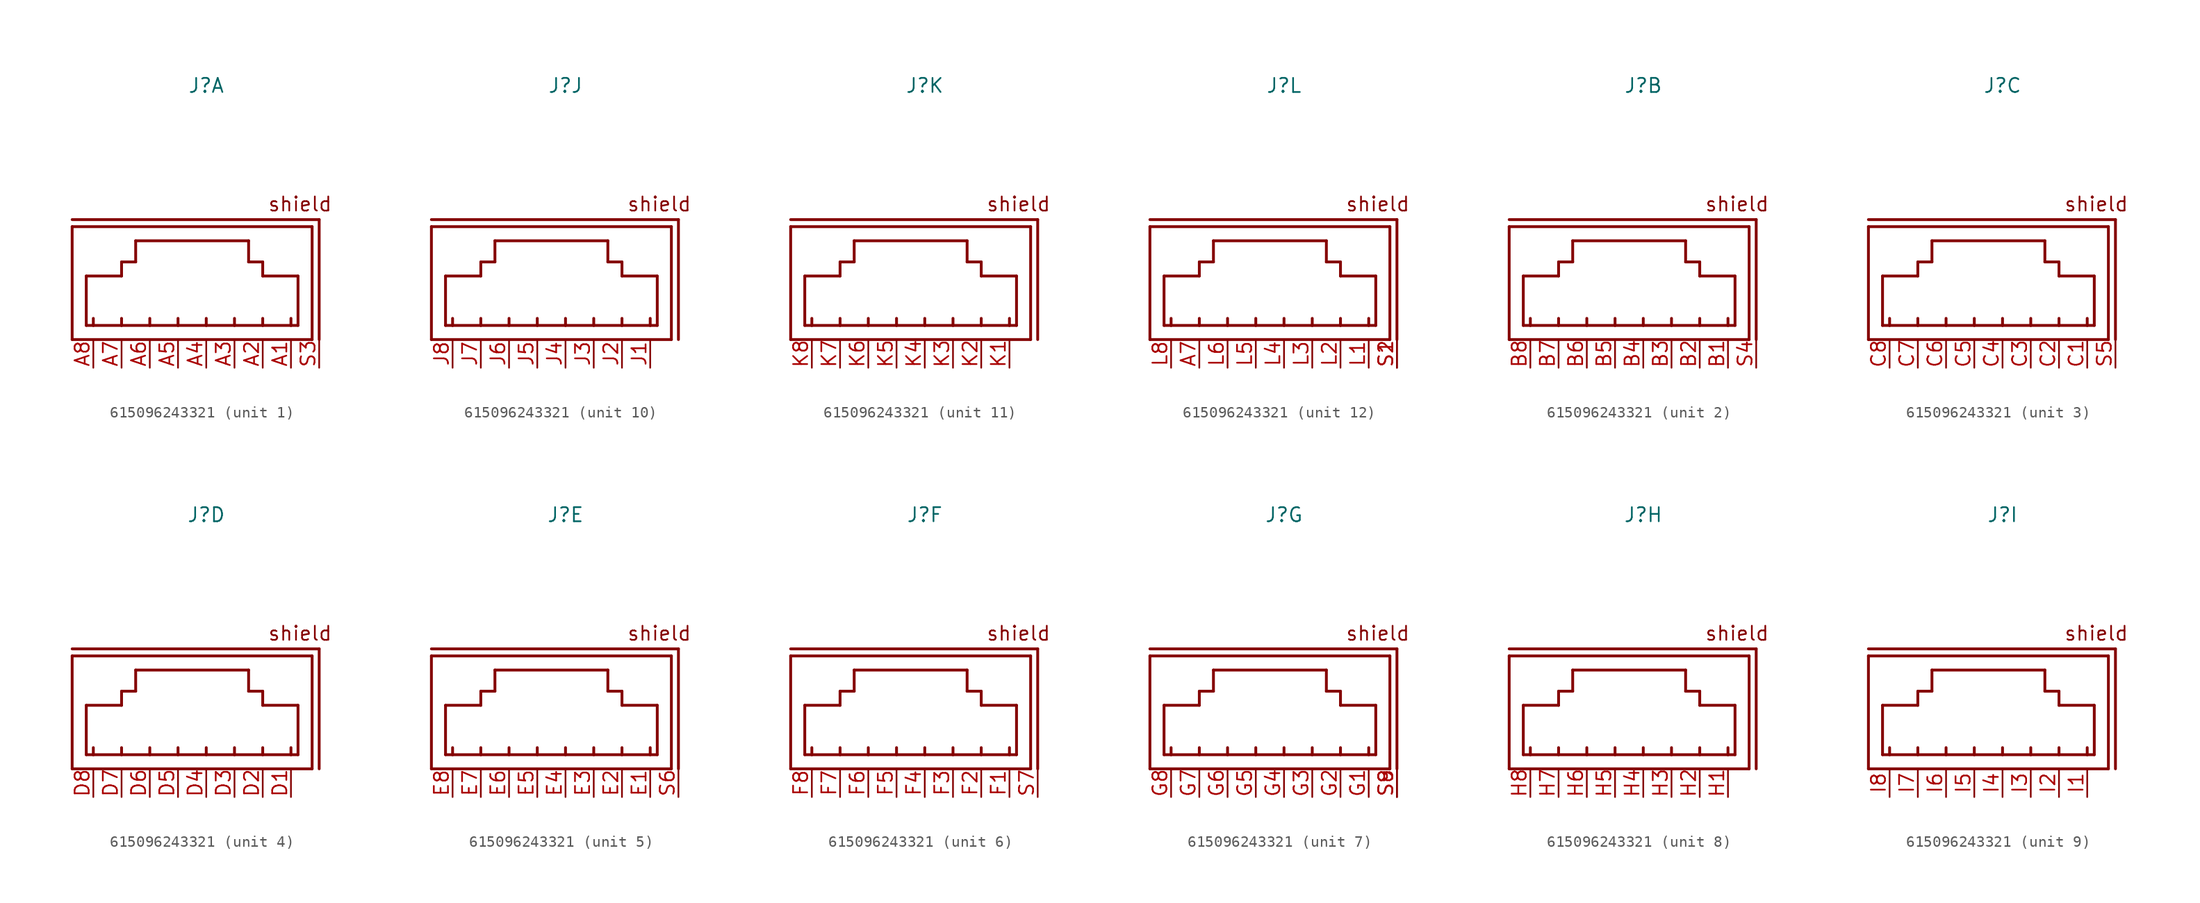
<source format=kicad_sym>
(kicad_symbol_lib
  (version 20241209)
  (generator "kicad_symbol_editor")
  (generator_version "9.0")
  (symbol "615096243321"
    (pin_names
      (hide yes))
    (property "Reference" "J"
      (at 0 17.78 0)
      (effects (font (size 1.27 1.27))))
    (property "ki_locked" ""
      (at 0 0 0)
      (effects (font (size 1.27 1.27))))
    (symbol "615096243321_1_0"
      (polyline (pts (xy -12.065 5.715) (xy 10.16 5.715)) (stroke (width 0.254) (type solid)) (fill (type none)))
      (polyline (pts (xy -12.065 5.08) (xy 9.525 5.08)) (stroke (width 0.254) (type solid)) (fill (type none)))
      (polyline (pts (xy -12.065 -5.08) (xy -12.065 5.08)) (stroke (width 0.254) (type solid)) (fill (type none)))
      (polyline (pts (xy -10.795 0.635) (xy -7.62 0.635)) (stroke (width 0.254) (type solid)) (fill (type none)))
      (polyline (pts (xy -10.795 -3.81) (xy -10.795 0.635)) (stroke (width 0.254) (type solid)) (fill (type none)))
      (polyline (pts (xy -10.16 -3.81) (xy -10.795 -3.81)) (stroke (width 0.254) (type solid)) (fill (type none)))
      (polyline (pts (xy -10.16 -3.81) (xy -10.16 -3.175)) (stroke (width 0.254) (type solid)) (fill (type none)))
      (polyline (pts (xy -7.62 1.905) (xy -6.35 1.905)) (stroke (width 0.254) (type solid)) (fill (type none)))
      (polyline (pts (xy -7.62 0.635) (xy -7.62 1.905)) (stroke (width 0.254) (type solid)) (fill (type none)))
      (polyline (pts (xy -7.62 -3.81) (xy -10.16 -3.81)) (stroke (width 0.254) (type solid)) (fill (type none)))
      (polyline (pts (xy -7.62 -3.81) (xy -7.62 -3.175)) (stroke (width 0.254) (type solid)) (fill (type none)))
      (polyline (pts (xy -6.35 3.81) (xy 3.81 3.81)) (stroke (width 0.254) (type solid)) (fill (type none)))
      (polyline (pts (xy -6.35 1.905) (xy -6.35 3.81)) (stroke (width 0.254) (type solid)) (fill (type none)))
      (polyline (pts (xy -5.08 -3.81) (xy -7.62 -3.81)) (stroke (width 0.254) (type solid)) (fill (type none)))
      (polyline (pts (xy -5.08 -3.81) (xy -5.08 -3.175)) (stroke (width 0.254) (type solid)) (fill (type none)))
      (polyline (pts (xy -2.54 -3.81) (xy -5.08 -3.81)) (stroke (width 0.254) (type solid)) (fill (type none)))
      (polyline (pts (xy -2.54 -3.81) (xy -2.54 -3.175)) (stroke (width 0.254) (type solid)) (fill (type none)))
      (polyline (pts (xy 0 -3.81) (xy -2.54 -3.81)) (stroke (width 0.254) (type solid)) (fill (type none)))
      (polyline (pts (xy 0 -3.81) (xy 0 -3.175)) (stroke (width 0.254) (type solid)) (fill (type none)))
      (polyline (pts (xy 2.54 -3.81) (xy 0 -3.81)) (stroke (width 0.254) (type solid)) (fill (type none)))
      (polyline (pts (xy 2.54 -3.81) (xy 2.54 -3.175)) (stroke (width 0.254) (type solid)) (fill (type none)))
      (polyline (pts (xy 3.81 1.905) (xy 3.81 3.81)) (stroke (width 0.254) (type solid)) (fill (type none)))
      (polyline (pts (xy 5.08 1.905) (xy 3.81 1.905)) (stroke (width 0.254) (type solid)) (fill (type none)))
      (polyline (pts (xy 5.08 0.635) (xy 5.08 1.905)) (stroke (width 0.254) (type solid)) (fill (type none)))
      (polyline (pts (xy 5.08 -3.81) (xy 2.54 -3.81)) (stroke (width 0.254) (type solid)) (fill (type none)))
      (polyline (pts (xy 5.08 -3.81) (xy 5.08 -3.175)) (stroke (width 0.254) (type solid)) (fill (type none)))
      (polyline (pts (xy 7.62 -3.81) (xy 5.08 -3.81)) (stroke (width 0.254) (type solid)) (fill (type none)))
      (polyline (pts (xy 7.62 -3.81) (xy 7.62 -3.175)) (stroke (width 0.254) (type solid)) (fill (type none)))
      (polyline (pts (xy 8.255 0.635) (xy 5.08 0.635)) (stroke (width 0.254) (type solid)) (fill (type none)))
      (polyline (pts (xy 8.255 0.635) (xy 8.255 -3.81)) (stroke (width 0.254) (type solid)) (fill (type none)))
      (polyline (pts (xy 8.255 -3.81) (xy 7.62 -3.81)) (stroke (width 0.254) (type solid)) (fill (type none)))
      (polyline (pts (xy 9.525 5.08) (xy 9.525 -5.08)) (stroke (width 0.254) (type solid)) (fill (type none)))
      (polyline (pts (xy 9.525 -5.08) (xy -12.065 -5.08)) (stroke (width 0.254) (type solid)) (fill (type none)))
      (polyline (pts (xy 10.16 5.715) (xy 10.16 -5.08)) (stroke (width 0.254) (type solid)) (fill (type none)))
      (pin passive line (at -10.16 -7.62 90) (length 2.54) (name "8" (effects (font (size 1.27 1.27)))) (number "A8" (effects (font (size 1.27 1.27)))))
      (pin passive line (at -7.62 -7.62 90) (length 2.54) (name "7" (effects (font (size 1.27 1.27)))) (number "A7" (effects (font (size 1.27 1.27)))))
      (pin passive line (at -5.08 -7.62 90) (length 2.54) (name "6" (effects (font (size 1.27 1.27)))) (number "A6" (effects (font (size 1.27 1.27)))))
      (pin passive line (at -2.54 -7.62 90) (length 2.54) (name "5" (effects (font (size 1.27 1.27)))) (number "A5" (effects (font (size 1.27 1.27)))))
      (pin passive line (at 0 -7.62 90) (length 2.54) (name "4" (effects (font (size 1.27 1.27)))) (number "A4" (effects (font (size 1.27 1.27)))))
      (pin passive line (at 2.54 -7.62 90) (length 2.54) (name "3" (effects (font (size 1.27 1.27)))) (number "A3" (effects (font (size 1.27 1.27)))))
      (pin passive line (at 5.08 -7.62 90) (length 2.54) (name "2" (effects (font (size 1.27 1.27)))) (number "A2" (effects (font (size 1.27 1.27)))))
      (pin passive line (at 7.62 -7.62 90) (length 2.54) (name "1" (effects (font (size 1.27 1.27)))) (number "A1" (effects (font (size 1.27 1.27)))))
      (pin passive line (at 10.16 -7.62 90) (length 2.54) (name "SHIELD" (effects (font (size 1.27 1.27)))) (number "S3" (effects (font (size 1.27 1.27))))))
    (symbol "615096243321_1_1"
      (text "shield" (at 5.495 6.365 0) (effects (font (size 1.27 1.27)) (justify left bottom))))
    (symbol "615096243321_2_0"
      (polyline (pts (xy -12.065 5.715) (xy 10.16 5.715)) (stroke (width 0.254) (type solid)) (fill (type none)))
      (polyline (pts (xy -12.065 5.08) (xy 9.525 5.08)) (stroke (width 0.254) (type solid)) (fill (type none)))
      (polyline (pts (xy -12.065 -5.08) (xy -12.065 5.08)) (stroke (width 0.254) (type solid)) (fill (type none)))
      (polyline (pts (xy -10.795 0.635) (xy -7.62 0.635)) (stroke (width 0.254) (type solid)) (fill (type none)))
      (polyline (pts (xy -10.795 -3.81) (xy -10.795 0.635)) (stroke (width 0.254) (type solid)) (fill (type none)))
      (polyline (pts (xy -10.16 -3.81) (xy -10.795 -3.81)) (stroke (width 0.254) (type solid)) (fill (type none)))
      (polyline (pts (xy -10.16 -3.81) (xy -10.16 -3.175)) (stroke (width 0.254) (type solid)) (fill (type none)))
      (polyline (pts (xy -7.62 1.905) (xy -6.35 1.905)) (stroke (width 0.254) (type solid)) (fill (type none)))
      (polyline (pts (xy -7.62 0.635) (xy -7.62 1.905)) (stroke (width 0.254) (type solid)) (fill (type none)))
      (polyline (pts (xy -7.62 -3.81) (xy -10.16 -3.81)) (stroke (width 0.254) (type solid)) (fill (type none)))
      (polyline (pts (xy -7.62 -3.81) (xy -7.62 -3.175)) (stroke (width 0.254) (type solid)) (fill (type none)))
      (polyline (pts (xy -6.35 3.81) (xy 3.81 3.81)) (stroke (width 0.254) (type solid)) (fill (type none)))
      (polyline (pts (xy -6.35 1.905) (xy -6.35 3.81)) (stroke (width 0.254) (type solid)) (fill (type none)))
      (polyline (pts (xy -5.08 -3.81) (xy -7.62 -3.81)) (stroke (width 0.254) (type solid)) (fill (type none)))
      (polyline (pts (xy -5.08 -3.81) (xy -5.08 -3.175)) (stroke (width 0.254) (type solid)) (fill (type none)))
      (polyline (pts (xy -2.54 -3.81) (xy -5.08 -3.81)) (stroke (width 0.254) (type solid)) (fill (type none)))
      (polyline (pts (xy -2.54 -3.81) (xy -2.54 -3.175)) (stroke (width 0.254) (type solid)) (fill (type none)))
      (polyline (pts (xy 0 -3.81) (xy -2.54 -3.81)) (stroke (width 0.254) (type solid)) (fill (type none)))
      (polyline (pts (xy 0 -3.81) (xy 0 -3.175)) (stroke (width 0.254) (type solid)) (fill (type none)))
      (polyline (pts (xy 2.54 -3.81) (xy 0 -3.81)) (stroke (width 0.254) (type solid)) (fill (type none)))
      (polyline (pts (xy 2.54 -3.81) (xy 2.54 -3.175)) (stroke (width 0.254) (type solid)) (fill (type none)))
      (polyline (pts (xy 3.81 1.905) (xy 3.81 3.81)) (stroke (width 0.254) (type solid)) (fill (type none)))
      (polyline (pts (xy 5.08 1.905) (xy 3.81 1.905)) (stroke (width 0.254) (type solid)) (fill (type none)))
      (polyline (pts (xy 5.08 0.635) (xy 5.08 1.905)) (stroke (width 0.254) (type solid)) (fill (type none)))
      (polyline (pts (xy 5.08 -3.81) (xy 2.54 -3.81)) (stroke (width 0.254) (type solid)) (fill (type none)))
      (polyline (pts (xy 5.08 -3.81) (xy 5.08 -3.175)) (stroke (width 0.254) (type solid)) (fill (type none)))
      (polyline (pts (xy 7.62 -3.81) (xy 5.08 -3.81)) (stroke (width 0.254) (type solid)) (fill (type none)))
      (polyline (pts (xy 7.62 -3.81) (xy 7.62 -3.175)) (stroke (width 0.254) (type solid)) (fill (type none)))
      (polyline (pts (xy 8.255 0.635) (xy 5.08 0.635)) (stroke (width 0.254) (type solid)) (fill (type none)))
      (polyline (pts (xy 8.255 0.635) (xy 8.255 -3.81)) (stroke (width 0.254) (type solid)) (fill (type none)))
      (polyline (pts (xy 8.255 -3.81) (xy 7.62 -3.81)) (stroke (width 0.254) (type solid)) (fill (type none)))
      (polyline (pts (xy 9.525 5.08) (xy 9.525 -5.08)) (stroke (width 0.254) (type solid)) (fill (type none)))
      (polyline (pts (xy 9.525 -5.08) (xy -12.065 -5.08)) (stroke (width 0.254) (type solid)) (fill (type none)))
      (polyline (pts (xy 10.16 5.715) (xy 10.16 -5.08)) (stroke (width 0.254) (type solid)) (fill (type none)))
      (pin passive line (at -10.16 -7.62 90) (length 2.54) (name "8" (effects (font (size 1.27 1.27)))) (number "B8" (effects (font (size 1.27 1.27)))))
      (pin passive line (at -7.62 -7.62 90) (length 2.54) (name "7" (effects (font (size 1.27 1.27)))) (number "B7" (effects (font (size 1.27 1.27)))))
      (pin passive line (at -5.08 -7.62 90) (length 2.54) (name "6" (effects (font (size 1.27 1.27)))) (number "B6" (effects (font (size 1.27 1.27)))))
      (pin passive line (at -2.54 -7.62 90) (length 2.54) (name "5" (effects (font (size 1.27 1.27)))) (number "B5" (effects (font (size 1.27 1.27)))))
      (pin passive line (at 0 -7.62 90) (length 2.54) (name "4" (effects (font (size 1.27 1.27)))) (number "B4" (effects (font (size 1.27 1.27)))))
      (pin passive line (at 2.54 -7.62 90) (length 2.54) (name "3" (effects (font (size 1.27 1.27)))) (number "B3" (effects (font (size 1.27 1.27)))))
      (pin passive line (at 5.08 -7.62 90) (length 2.54) (name "2" (effects (font (size 1.27 1.27)))) (number "B2" (effects (font (size 1.27 1.27)))))
      (pin passive line (at 7.62 -7.62 90) (length 2.54) (name "1" (effects (font (size 1.27 1.27)))) (number "B1" (effects (font (size 1.27 1.27)))))
      (pin passive line (at 10.16 -7.62 90) (length 2.54) (name "SHIELD" (effects (font (size 1.27 1.27)))) (number "S4" (effects (font (size 1.27 1.27))))))
    (symbol "615096243321_2_1"
      (text "shield" (at 5.495 6.365 0) (effects (font (size 1.27 1.27)) (justify left bottom))))
    (symbol "615096243321_3_0"
      (polyline (pts (xy -12.065 5.715) (xy 10.16 5.715)) (stroke (width 0.254) (type solid)) (fill (type none)))
      (polyline (pts (xy -12.065 5.08) (xy 9.525 5.08)) (stroke (width 0.254) (type solid)) (fill (type none)))
      (polyline (pts (xy -12.065 -5.08) (xy -12.065 5.08)) (stroke (width 0.254) (type solid)) (fill (type none)))
      (polyline (pts (xy -10.795 0.635) (xy -7.62 0.635)) (stroke (width 0.254) (type solid)) (fill (type none)))
      (polyline (pts (xy -10.795 -3.81) (xy -10.795 0.635)) (stroke (width 0.254) (type solid)) (fill (type none)))
      (polyline (pts (xy -10.16 -3.81) (xy -10.795 -3.81)) (stroke (width 0.254) (type solid)) (fill (type none)))
      (polyline (pts (xy -10.16 -3.81) (xy -10.16 -3.175)) (stroke (width 0.254) (type solid)) (fill (type none)))
      (polyline (pts (xy -7.62 1.905) (xy -6.35 1.905)) (stroke (width 0.254) (type solid)) (fill (type none)))
      (polyline (pts (xy -7.62 0.635) (xy -7.62 1.905)) (stroke (width 0.254) (type solid)) (fill (type none)))
      (polyline (pts (xy -7.62 -3.81) (xy -10.16 -3.81)) (stroke (width 0.254) (type solid)) (fill (type none)))
      (polyline (pts (xy -7.62 -3.81) (xy -7.62 -3.175)) (stroke (width 0.254) (type solid)) (fill (type none)))
      (polyline (pts (xy -6.35 3.81) (xy 3.81 3.81)) (stroke (width 0.254) (type solid)) (fill (type none)))
      (polyline (pts (xy -6.35 1.905) (xy -6.35 3.81)) (stroke (width 0.254) (type solid)) (fill (type none)))
      (polyline (pts (xy -5.08 -3.81) (xy -7.62 -3.81)) (stroke (width 0.254) (type solid)) (fill (type none)))
      (polyline (pts (xy -5.08 -3.81) (xy -5.08 -3.175)) (stroke (width 0.254) (type solid)) (fill (type none)))
      (polyline (pts (xy -2.54 -3.81) (xy -5.08 -3.81)) (stroke (width 0.254) (type solid)) (fill (type none)))
      (polyline (pts (xy -2.54 -3.81) (xy -2.54 -3.175)) (stroke (width 0.254) (type solid)) (fill (type none)))
      (polyline (pts (xy 0 -3.81) (xy -2.54 -3.81)) (stroke (width 0.254) (type solid)) (fill (type none)))
      (polyline (pts (xy 0 -3.81) (xy 0 -3.175)) (stroke (width 0.254) (type solid)) (fill (type none)))
      (polyline (pts (xy 2.54 -3.81) (xy 0 -3.81)) (stroke (width 0.254) (type solid)) (fill (type none)))
      (polyline (pts (xy 2.54 -3.81) (xy 2.54 -3.175)) (stroke (width 0.254) (type solid)) (fill (type none)))
      (polyline (pts (xy 3.81 1.905) (xy 3.81 3.81)) (stroke (width 0.254) (type solid)) (fill (type none)))
      (polyline (pts (xy 5.08 1.905) (xy 3.81 1.905)) (stroke (width 0.254) (type solid)) (fill (type none)))
      (polyline (pts (xy 5.08 0.635) (xy 5.08 1.905)) (stroke (width 0.254) (type solid)) (fill (type none)))
      (polyline (pts (xy 5.08 -3.81) (xy 2.54 -3.81)) (stroke (width 0.254) (type solid)) (fill (type none)))
      (polyline (pts (xy 5.08 -3.81) (xy 5.08 -3.175)) (stroke (width 0.254) (type solid)) (fill (type none)))
      (polyline (pts (xy 7.62 -3.81) (xy 5.08 -3.81)) (stroke (width 0.254) (type solid)) (fill (type none)))
      (polyline (pts (xy 7.62 -3.81) (xy 7.62 -3.175)) (stroke (width 0.254) (type solid)) (fill (type none)))
      (polyline (pts (xy 8.255 0.635) (xy 5.08 0.635)) (stroke (width 0.254) (type solid)) (fill (type none)))
      (polyline (pts (xy 8.255 0.635) (xy 8.255 -3.81)) (stroke (width 0.254) (type solid)) (fill (type none)))
      (polyline (pts (xy 8.255 -3.81) (xy 7.62 -3.81)) (stroke (width 0.254) (type solid)) (fill (type none)))
      (polyline (pts (xy 9.525 5.08) (xy 9.525 -5.08)) (stroke (width 0.254) (type solid)) (fill (type none)))
      (polyline (pts (xy 9.525 -5.08) (xy -12.065 -5.08)) (stroke (width 0.254) (type solid)) (fill (type none)))
      (polyline (pts (xy 10.16 5.715) (xy 10.16 -5.08)) (stroke (width 0.254) (type solid)) (fill (type none)))
      (pin passive line (at -10.16 -7.62 90) (length 2.54) (name "8" (effects (font (size 1.27 1.27)))) (number "C8" (effects (font (size 1.27 1.27)))))
      (pin passive line (at -7.62 -7.62 90) (length 2.54) (name "7" (effects (font (size 1.27 1.27)))) (number "C7" (effects (font (size 1.27 1.27)))))
      (pin passive line (at -5.08 -7.62 90) (length 2.54) (name "6" (effects (font (size 1.27 1.27)))) (number "C6" (effects (font (size 1.27 1.27)))))
      (pin passive line (at -2.54 -7.62 90) (length 2.54) (name "5" (effects (font (size 1.27 1.27)))) (number "C5" (effects (font (size 1.27 1.27)))))
      (pin passive line (at 0 -7.62 90) (length 2.54) (name "4" (effects (font (size 1.27 1.27)))) (number "C4" (effects (font (size 1.27 1.27)))))
      (pin passive line (at 2.54 -7.62 90) (length 2.54) (name "3" (effects (font (size 1.27 1.27)))) (number "C3" (effects (font (size 1.27 1.27)))))
      (pin passive line (at 5.08 -7.62 90) (length 2.54) (name "2" (effects (font (size 1.27 1.27)))) (number "C2" (effects (font (size 1.27 1.27)))))
      (pin passive line (at 7.62 -7.62 90) (length 2.54) (name "1" (effects (font (size 1.27 1.27)))) (number "C1" (effects (font (size 1.27 1.27)))))
      (pin passive line (at 10.16 -7.62 90) (length 2.54) (name "SHIELD" (effects (font (size 1.27 1.27)))) (number "S5" (effects (font (size 1.27 1.27))))))
    (symbol "615096243321_3_1"
      (text "shield" (at 5.495 6.365 0) (effects (font (size 1.27 1.27)) (justify left bottom))))
    (symbol "615096243321_4_0"
      (polyline (pts (xy -12.065 5.715) (xy 10.16 5.715)) (stroke (width 0.254) (type solid)) (fill (type none)))
      (polyline (pts (xy -12.065 5.08) (xy 9.525 5.08)) (stroke (width 0.254) (type solid)) (fill (type none)))
      (polyline (pts (xy -12.065 -5.08) (xy -12.065 5.08)) (stroke (width 0.254) (type solid)) (fill (type none)))
      (polyline (pts (xy -10.795 0.635) (xy -7.62 0.635)) (stroke (width 0.254) (type solid)) (fill (type none)))
      (polyline (pts (xy -10.795 -3.81) (xy -10.795 0.635)) (stroke (width 0.254) (type solid)) (fill (type none)))
      (polyline (pts (xy -10.16 -3.81) (xy -10.795 -3.81)) (stroke (width 0.254) (type solid)) (fill (type none)))
      (polyline (pts (xy -10.16 -3.81) (xy -10.16 -3.175)) (stroke (width 0.254) (type solid)) (fill (type none)))
      (polyline (pts (xy -7.62 1.905) (xy -6.35 1.905)) (stroke (width 0.254) (type solid)) (fill (type none)))
      (polyline (pts (xy -7.62 0.635) (xy -7.62 1.905)) (stroke (width 0.254) (type solid)) (fill (type none)))
      (polyline (pts (xy -7.62 -3.81) (xy -10.16 -3.81)) (stroke (width 0.254) (type solid)) (fill (type none)))
      (polyline (pts (xy -7.62 -3.81) (xy -7.62 -3.175)) (stroke (width 0.254) (type solid)) (fill (type none)))
      (polyline (pts (xy -6.35 3.81) (xy 3.81 3.81)) (stroke (width 0.254) (type solid)) (fill (type none)))
      (polyline (pts (xy -6.35 1.905) (xy -6.35 3.81)) (stroke (width 0.254) (type solid)) (fill (type none)))
      (polyline (pts (xy -5.08 -3.81) (xy -7.62 -3.81)) (stroke (width 0.254) (type solid)) (fill (type none)))
      (polyline (pts (xy -5.08 -3.81) (xy -5.08 -3.175)) (stroke (width 0.254) (type solid)) (fill (type none)))
      (polyline (pts (xy -2.54 -3.81) (xy -5.08 -3.81)) (stroke (width 0.254) (type solid)) (fill (type none)))
      (polyline (pts (xy -2.54 -3.81) (xy -2.54 -3.175)) (stroke (width 0.254) (type solid)) (fill (type none)))
      (polyline (pts (xy 0 -3.81) (xy -2.54 -3.81)) (stroke (width 0.254) (type solid)) (fill (type none)))
      (polyline (pts (xy 0 -3.81) (xy 0 -3.175)) (stroke (width 0.254) (type solid)) (fill (type none)))
      (polyline (pts (xy 2.54 -3.81) (xy 0 -3.81)) (stroke (width 0.254) (type solid)) (fill (type none)))
      (polyline (pts (xy 2.54 -3.81) (xy 2.54 -3.175)) (stroke (width 0.254) (type solid)) (fill (type none)))
      (polyline (pts (xy 3.81 1.905) (xy 3.81 3.81)) (stroke (width 0.254) (type solid)) (fill (type none)))
      (polyline (pts (xy 5.08 1.905) (xy 3.81 1.905)) (stroke (width 0.254) (type solid)) (fill (type none)))
      (polyline (pts (xy 5.08 0.635) (xy 5.08 1.905)) (stroke (width 0.254) (type solid)) (fill (type none)))
      (polyline (pts (xy 5.08 -3.81) (xy 2.54 -3.81)) (stroke (width 0.254) (type solid)) (fill (type none)))
      (polyline (pts (xy 5.08 -3.81) (xy 5.08 -3.175)) (stroke (width 0.254) (type solid)) (fill (type none)))
      (polyline (pts (xy 7.62 -3.81) (xy 5.08 -3.81)) (stroke (width 0.254) (type solid)) (fill (type none)))
      (polyline (pts (xy 7.62 -3.81) (xy 7.62 -3.175)) (stroke (width 0.254) (type solid)) (fill (type none)))
      (polyline (pts (xy 8.255 0.635) (xy 5.08 0.635)) (stroke (width 0.254) (type solid)) (fill (type none)))
      (polyline (pts (xy 8.255 0.635) (xy 8.255 -3.81)) (stroke (width 0.254) (type solid)) (fill (type none)))
      (polyline (pts (xy 8.255 -3.81) (xy 7.62 -3.81)) (stroke (width 0.254) (type solid)) (fill (type none)))
      (polyline (pts (xy 9.525 5.08) (xy 9.525 -5.08)) (stroke (width 0.254) (type solid)) (fill (type none)))
      (polyline (pts (xy 9.525 -5.08) (xy -12.065 -5.08)) (stroke (width 0.254) (type solid)) (fill (type none)))
      (polyline (pts (xy 10.16 5.715) (xy 10.16 -5.08)) (stroke (width 0.254) (type solid)) (fill (type none)))
      (pin passive line (at -10.16 -7.62 90) (length 2.54) (name "8" (effects (font (size 1.27 1.27)))) (number "D8" (effects (font (size 1.27 1.27)))))
      (pin passive line (at -7.62 -7.62 90) (length 2.54) (name "7" (effects (font (size 1.27 1.27)))) (number "D7" (effects (font (size 1.27 1.27)))))
      (pin passive line (at -5.08 -7.62 90) (length 2.54) (name "6" (effects (font (size 1.27 1.27)))) (number "D6" (effects (font (size 1.27 1.27)))))
      (pin passive line (at -2.54 -7.62 90) (length 2.54) (name "5" (effects (font (size 1.27 1.27)))) (number "D5" (effects (font (size 1.27 1.27)))))
      (pin passive line (at 0 -7.62 90) (length 2.54) (name "4" (effects (font (size 1.27 1.27)))) (number "D4" (effects (font (size 1.27 1.27)))))
      (pin passive line (at 2.54 -7.62 90) (length 2.54) (name "3" (effects (font (size 1.27 1.27)))) (number "D3" (effects (font (size 1.27 1.27)))))
      (pin passive line (at 5.08 -7.62 90) (length 2.54) (name "2" (effects (font (size 1.27 1.27)))) (number "D2" (effects (font (size 1.27 1.27)))))
      (pin passive line (at 7.62 -7.62 90) (length 2.54) (name "1" (effects (font (size 1.27 1.27)))) (number "D1" (effects (font (size 1.27 1.27))))))
    (symbol "615096243321_4_1"
      (text "shield" (at 5.495 6.365 0) (effects (font (size 1.27 1.27)) (justify left bottom))))
    (symbol "615096243321_5_0"
      (polyline (pts (xy -12.065 5.715) (xy 10.16 5.715)) (stroke (width 0.254) (type solid)) (fill (type none)))
      (polyline (pts (xy -12.065 5.08) (xy 9.525 5.08)) (stroke (width 0.254) (type solid)) (fill (type none)))
      (polyline (pts (xy -12.065 -5.08) (xy -12.065 5.08)) (stroke (width 0.254) (type solid)) (fill (type none)))
      (polyline (pts (xy -10.795 0.635) (xy -7.62 0.635)) (stroke (width 0.254) (type solid)) (fill (type none)))
      (polyline (pts (xy -10.795 -3.81) (xy -10.795 0.635)) (stroke (width 0.254) (type solid)) (fill (type none)))
      (polyline (pts (xy -10.16 -3.81) (xy -10.795 -3.81)) (stroke (width 0.254) (type solid)) (fill (type none)))
      (polyline (pts (xy -10.16 -3.81) (xy -10.16 -3.175)) (stroke (width 0.254) (type solid)) (fill (type none)))
      (polyline (pts (xy -7.62 1.905) (xy -6.35 1.905)) (stroke (width 0.254) (type solid)) (fill (type none)))
      (polyline (pts (xy -7.62 0.635) (xy -7.62 1.905)) (stroke (width 0.254) (type solid)) (fill (type none)))
      (polyline (pts (xy -7.62 -3.81) (xy -10.16 -3.81)) (stroke (width 0.254) (type solid)) (fill (type none)))
      (polyline (pts (xy -7.62 -3.81) (xy -7.62 -3.175)) (stroke (width 0.254) (type solid)) (fill (type none)))
      (polyline (pts (xy -6.35 3.81) (xy 3.81 3.81)) (stroke (width 0.254) (type solid)) (fill (type none)))
      (polyline (pts (xy -6.35 1.905) (xy -6.35 3.81)) (stroke (width 0.254) (type solid)) (fill (type none)))
      (polyline (pts (xy -5.08 -3.81) (xy -7.62 -3.81)) (stroke (width 0.254) (type solid)) (fill (type none)))
      (polyline (pts (xy -5.08 -3.81) (xy -5.08 -3.175)) (stroke (width 0.254) (type solid)) (fill (type none)))
      (polyline (pts (xy -2.54 -3.81) (xy -5.08 -3.81)) (stroke (width 0.254) (type solid)) (fill (type none)))
      (polyline (pts (xy -2.54 -3.81) (xy -2.54 -3.175)) (stroke (width 0.254) (type solid)) (fill (type none)))
      (polyline (pts (xy 0 -3.81) (xy -2.54 -3.81)) (stroke (width 0.254) (type solid)) (fill (type none)))
      (polyline (pts (xy 0 -3.81) (xy 0 -3.175)) (stroke (width 0.254) (type solid)) (fill (type none)))
      (polyline (pts (xy 2.54 -3.81) (xy 0 -3.81)) (stroke (width 0.254) (type solid)) (fill (type none)))
      (polyline (pts (xy 2.54 -3.81) (xy 2.54 -3.175)) (stroke (width 0.254) (type solid)) (fill (type none)))
      (polyline (pts (xy 3.81 1.905) (xy 3.81 3.81)) (stroke (width 0.254) (type solid)) (fill (type none)))
      (polyline (pts (xy 5.08 1.905) (xy 3.81 1.905)) (stroke (width 0.254) (type solid)) (fill (type none)))
      (polyline (pts (xy 5.08 0.635) (xy 5.08 1.905)) (stroke (width 0.254) (type solid)) (fill (type none)))
      (polyline (pts (xy 5.08 -3.81) (xy 2.54 -3.81)) (stroke (width 0.254) (type solid)) (fill (type none)))
      (polyline (pts (xy 5.08 -3.81) (xy 5.08 -3.175)) (stroke (width 0.254) (type solid)) (fill (type none)))
      (polyline (pts (xy 7.62 -3.81) (xy 5.08 -3.81)) (stroke (width 0.254) (type solid)) (fill (type none)))
      (polyline (pts (xy 7.62 -3.81) (xy 7.62 -3.175)) (stroke (width 0.254) (type solid)) (fill (type none)))
      (polyline (pts (xy 8.255 0.635) (xy 5.08 0.635)) (stroke (width 0.254) (type solid)) (fill (type none)))
      (polyline (pts (xy 8.255 0.635) (xy 8.255 -3.81)) (stroke (width 0.254) (type solid)) (fill (type none)))
      (polyline (pts (xy 8.255 -3.81) (xy 7.62 -3.81)) (stroke (width 0.254) (type solid)) (fill (type none)))
      (polyline (pts (xy 9.525 5.08) (xy 9.525 -5.08)) (stroke (width 0.254) (type solid)) (fill (type none)))
      (polyline (pts (xy 9.525 -5.08) (xy -12.065 -5.08)) (stroke (width 0.254) (type solid)) (fill (type none)))
      (polyline (pts (xy 10.16 5.715) (xy 10.16 -5.08)) (stroke (width 0.254) (type solid)) (fill (type none)))
      (pin passive line (at -10.16 -7.62 90) (length 2.54) (name "8" (effects (font (size 1.27 1.27)))) (number "E8" (effects (font (size 1.27 1.27)))))
      (pin passive line (at -7.62 -7.62 90) (length 2.54) (name "7" (effects (font (size 1.27 1.27)))) (number "E7" (effects (font (size 1.27 1.27)))))
      (pin passive line (at -5.08 -7.62 90) (length 2.54) (name "6" (effects (font (size 1.27 1.27)))) (number "E6" (effects (font (size 1.27 1.27)))))
      (pin passive line (at -2.54 -7.62 90) (length 2.54) (name "5" (effects (font (size 1.27 1.27)))) (number "E5" (effects (font (size 1.27 1.27)))))
      (pin passive line (at 0 -7.62 90) (length 2.54) (name "4" (effects (font (size 1.27 1.27)))) (number "E4" (effects (font (size 1.27 1.27)))))
      (pin passive line (at 2.54 -7.62 90) (length 2.54) (name "3" (effects (font (size 1.27 1.27)))) (number "E3" (effects (font (size 1.27 1.27)))))
      (pin passive line (at 5.08 -7.62 90) (length 2.54) (name "2" (effects (font (size 1.27 1.27)))) (number "E2" (effects (font (size 1.27 1.27)))))
      (pin passive line (at 7.62 -7.62 90) (length 2.54) (name "1" (effects (font (size 1.27 1.27)))) (number "E1" (effects (font (size 1.27 1.27)))))
      (pin passive line (at 10.16 -7.62 90) (length 2.54) (name "SHIELD" (effects (font (size 1.27 1.27)))) (number "S6" (effects (font (size 1.27 1.27))))))
    (symbol "615096243321_5_1"
      (text "shield" (at 5.495 6.365 0) (effects (font (size 1.27 1.27)) (justify left bottom))))
    (symbol "615096243321_6_0"
      (polyline (pts (xy -12.065 5.715) (xy 10.16 5.715)) (stroke (width 0.254) (type solid)) (fill (type none)))
      (polyline (pts (xy -12.065 5.08) (xy 9.525 5.08)) (stroke (width 0.254) (type solid)) (fill (type none)))
      (polyline (pts (xy -12.065 -5.08) (xy -12.065 5.08)) (stroke (width 0.254) (type solid)) (fill (type none)))
      (polyline (pts (xy -10.795 0.635) (xy -7.62 0.635)) (stroke (width 0.254) (type solid)) (fill (type none)))
      (polyline (pts (xy -10.795 -3.81) (xy -10.795 0.635)) (stroke (width 0.254) (type solid)) (fill (type none)))
      (polyline (pts (xy -10.16 -3.81) (xy -10.795 -3.81)) (stroke (width 0.254) (type solid)) (fill (type none)))
      (polyline (pts (xy -10.16 -3.81) (xy -10.16 -3.175)) (stroke (width 0.254) (type solid)) (fill (type none)))
      (polyline (pts (xy -7.62 1.905) (xy -6.35 1.905)) (stroke (width 0.254) (type solid)) (fill (type none)))
      (polyline (pts (xy -7.62 0.635) (xy -7.62 1.905)) (stroke (width 0.254) (type solid)) (fill (type none)))
      (polyline (pts (xy -7.62 -3.81) (xy -10.16 -3.81)) (stroke (width 0.254) (type solid)) (fill (type none)))
      (polyline (pts (xy -7.62 -3.81) (xy -7.62 -3.175)) (stroke (width 0.254) (type solid)) (fill (type none)))
      (polyline (pts (xy -6.35 3.81) (xy 3.81 3.81)) (stroke (width 0.254) (type solid)) (fill (type none)))
      (polyline (pts (xy -6.35 1.905) (xy -6.35 3.81)) (stroke (width 0.254) (type solid)) (fill (type none)))
      (polyline (pts (xy -5.08 -3.81) (xy -7.62 -3.81)) (stroke (width 0.254) (type solid)) (fill (type none)))
      (polyline (pts (xy -5.08 -3.81) (xy -5.08 -3.175)) (stroke (width 0.254) (type solid)) (fill (type none)))
      (polyline (pts (xy -2.54 -3.81) (xy -5.08 -3.81)) (stroke (width 0.254) (type solid)) (fill (type none)))
      (polyline (pts (xy -2.54 -3.81) (xy -2.54 -3.175)) (stroke (width 0.254) (type solid)) (fill (type none)))
      (polyline (pts (xy 0 -3.81) (xy -2.54 -3.81)) (stroke (width 0.254) (type solid)) (fill (type none)))
      (polyline (pts (xy 0 -3.81) (xy 0 -3.175)) (stroke (width 0.254) (type solid)) (fill (type none)))
      (polyline (pts (xy 2.54 -3.81) (xy 0 -3.81)) (stroke (width 0.254) (type solid)) (fill (type none)))
      (polyline (pts (xy 2.54 -3.81) (xy 2.54 -3.175)) (stroke (width 0.254) (type solid)) (fill (type none)))
      (polyline (pts (xy 3.81 1.905) (xy 3.81 3.81)) (stroke (width 0.254) (type solid)) (fill (type none)))
      (polyline (pts (xy 5.08 1.905) (xy 3.81 1.905)) (stroke (width 0.254) (type solid)) (fill (type none)))
      (polyline (pts (xy 5.08 0.635) (xy 5.08 1.905)) (stroke (width 0.254) (type solid)) (fill (type none)))
      (polyline (pts (xy 5.08 -3.81) (xy 2.54 -3.81)) (stroke (width 0.254) (type solid)) (fill (type none)))
      (polyline (pts (xy 5.08 -3.81) (xy 5.08 -3.175)) (stroke (width 0.254) (type solid)) (fill (type none)))
      (polyline (pts (xy 7.62 -3.81) (xy 5.08 -3.81)) (stroke (width 0.254) (type solid)) (fill (type none)))
      (polyline (pts (xy 7.62 -3.81) (xy 7.62 -3.175)) (stroke (width 0.254) (type solid)) (fill (type none)))
      (polyline (pts (xy 8.255 0.635) (xy 5.08 0.635)) (stroke (width 0.254) (type solid)) (fill (type none)))
      (polyline (pts (xy 8.255 0.635) (xy 8.255 -3.81)) (stroke (width 0.254) (type solid)) (fill (type none)))
      (polyline (pts (xy 8.255 -3.81) (xy 7.62 -3.81)) (stroke (width 0.254) (type solid)) (fill (type none)))
      (polyline (pts (xy 9.525 5.08) (xy 9.525 -5.08)) (stroke (width 0.254) (type solid)) (fill (type none)))
      (polyline (pts (xy 9.525 -5.08) (xy -12.065 -5.08)) (stroke (width 0.254) (type solid)) (fill (type none)))
      (polyline (pts (xy 10.16 5.715) (xy 10.16 -5.08)) (stroke (width 0.254) (type solid)) (fill (type none)))
      (pin passive line (at -10.16 -7.62 90) (length 2.54) (name "8" (effects (font (size 1.27 1.27)))) (number "F8" (effects (font (size 1.27 1.27)))))
      (pin passive line (at -7.62 -7.62 90) (length 2.54) (name "7" (effects (font (size 1.27 1.27)))) (number "F7" (effects (font (size 1.27 1.27)))))
      (pin passive line (at -5.08 -7.62 90) (length 2.54) (name "6" (effects (font (size 1.27 1.27)))) (number "F6" (effects (font (size 1.27 1.27)))))
      (pin passive line (at -2.54 -7.62 90) (length 2.54) (name "5" (effects (font (size 1.27 1.27)))) (number "F5" (effects (font (size 1.27 1.27)))))
      (pin passive line (at 0 -7.62 90) (length 2.54) (name "4" (effects (font (size 1.27 1.27)))) (number "F4" (effects (font (size 1.27 1.27)))))
      (pin passive line (at 2.54 -7.62 90) (length 2.54) (name "3" (effects (font (size 1.27 1.27)))) (number "F3" (effects (font (size 1.27 1.27)))))
      (pin passive line (at 5.08 -7.62 90) (length 2.54) (name "2" (effects (font (size 1.27 1.27)))) (number "F2" (effects (font (size 1.27 1.27)))))
      (pin passive line (at 7.62 -7.62 90) (length 2.54) (name "1" (effects (font (size 1.27 1.27)))) (number "F1" (effects (font (size 1.27 1.27)))))
      (pin passive line (at 10.16 -7.62 90) (length 2.54) (name "SHIELD" (effects (font (size 1.27 1.27)))) (number "S7" (effects (font (size 1.27 1.27))))))
    (symbol "615096243321_6_1"
      (text "shield" (at 5.495 6.365 0) (effects (font (size 1.27 1.27)) (justify left bottom))))
    (symbol "615096243321_7_0"
      (polyline (pts (xy -12.065 5.715) (xy 10.16 5.715)) (stroke (width 0.254) (type solid)) (fill (type none)))
      (polyline (pts (xy -12.065 5.08) (xy 9.525 5.08)) (stroke (width 0.254) (type solid)) (fill (type none)))
      (polyline (pts (xy -12.065 -5.08) (xy -12.065 5.08)) (stroke (width 0.254) (type solid)) (fill (type none)))
      (polyline (pts (xy -10.795 0.635) (xy -7.62 0.635)) (stroke (width 0.254) (type solid)) (fill (type none)))
      (polyline (pts (xy -10.795 -3.81) (xy -10.795 0.635)) (stroke (width 0.254) (type solid)) (fill (type none)))
      (polyline (pts (xy -10.16 -3.81) (xy -10.795 -3.81)) (stroke (width 0.254) (type solid)) (fill (type none)))
      (polyline (pts (xy -10.16 -3.81) (xy -10.16 -3.175)) (stroke (width 0.254) (type solid)) (fill (type none)))
      (polyline (pts (xy -7.62 1.905) (xy -6.35 1.905)) (stroke (width 0.254) (type solid)) (fill (type none)))
      (polyline (pts (xy -7.62 0.635) (xy -7.62 1.905)) (stroke (width 0.254) (type solid)) (fill (type none)))
      (polyline (pts (xy -7.62 -3.81) (xy -10.16 -3.81)) (stroke (width 0.254) (type solid)) (fill (type none)))
      (polyline (pts (xy -7.62 -3.81) (xy -7.62 -3.175)) (stroke (width 0.254) (type solid)) (fill (type none)))
      (polyline (pts (xy -6.35 3.81) (xy 3.81 3.81)) (stroke (width 0.254) (type solid)) (fill (type none)))
      (polyline (pts (xy -6.35 1.905) (xy -6.35 3.81)) (stroke (width 0.254) (type solid)) (fill (type none)))
      (polyline (pts (xy -5.08 -3.81) (xy -7.62 -3.81)) (stroke (width 0.254) (type solid)) (fill (type none)))
      (polyline (pts (xy -5.08 -3.81) (xy -5.08 -3.175)) (stroke (width 0.254) (type solid)) (fill (type none)))
      (polyline (pts (xy -2.54 -3.81) (xy -5.08 -3.81)) (stroke (width 0.254) (type solid)) (fill (type none)))
      (polyline (pts (xy -2.54 -3.81) (xy -2.54 -3.175)) (stroke (width 0.254) (type solid)) (fill (type none)))
      (polyline (pts (xy 0 -3.81) (xy -2.54 -3.81)) (stroke (width 0.254) (type solid)) (fill (type none)))
      (polyline (pts (xy 0 -3.81) (xy 0 -3.175)) (stroke (width 0.254) (type solid)) (fill (type none)))
      (polyline (pts (xy 2.54 -3.81) (xy 0 -3.81)) (stroke (width 0.254) (type solid)) (fill (type none)))
      (polyline (pts (xy 2.54 -3.81) (xy 2.54 -3.175)) (stroke (width 0.254) (type solid)) (fill (type none)))
      (polyline (pts (xy 3.81 1.905) (xy 3.81 3.81)) (stroke (width 0.254) (type solid)) (fill (type none)))
      (polyline (pts (xy 5.08 1.905) (xy 3.81 1.905)) (stroke (width 0.254) (type solid)) (fill (type none)))
      (polyline (pts (xy 5.08 0.635) (xy 5.08 1.905)) (stroke (width 0.254) (type solid)) (fill (type none)))
      (polyline (pts (xy 5.08 -3.81) (xy 2.54 -3.81)) (stroke (width 0.254) (type solid)) (fill (type none)))
      (polyline (pts (xy 5.08 -3.81) (xy 5.08 -3.175)) (stroke (width 0.254) (type solid)) (fill (type none)))
      (polyline (pts (xy 7.62 -3.81) (xy 5.08 -3.81)) (stroke (width 0.254) (type solid)) (fill (type none)))
      (polyline (pts (xy 7.62 -3.81) (xy 7.62 -3.175)) (stroke (width 0.254) (type solid)) (fill (type none)))
      (polyline (pts (xy 8.255 0.635) (xy 5.08 0.635)) (stroke (width 0.254) (type solid)) (fill (type none)))
      (polyline (pts (xy 8.255 0.635) (xy 8.255 -3.81)) (stroke (width 0.254) (type solid)) (fill (type none)))
      (polyline (pts (xy 8.255 -3.81) (xy 7.62 -3.81)) (stroke (width 0.254) (type solid)) (fill (type none)))
      (polyline (pts (xy 9.525 5.08) (xy 9.525 -5.08)) (stroke (width 0.254) (type solid)) (fill (type none)))
      (polyline (pts (xy 9.525 -5.08) (xy -12.065 -5.08)) (stroke (width 0.254) (type solid)) (fill (type none)))
      (polyline (pts (xy 10.16 5.715) (xy 10.16 -5.08)) (stroke (width 0.254) (type solid)) (fill (type none)))
      (pin passive line (at -10.16 -7.62 90) (length 2.54) (name "8" (effects (font (size 1.27 1.27)))) (number "G8" (effects (font (size 1.27 1.27)))))
      (pin passive line (at -7.62 -7.62 90) (length 2.54) (name "7" (effects (font (size 1.27 1.27)))) (number "G7" (effects (font (size 1.27 1.27)))))
      (pin passive line (at -5.08 -7.62 90) (length 2.54) (name "6" (effects (font (size 1.27 1.27)))) (number "G6" (effects (font (size 1.27 1.27)))))
      (pin passive line (at -2.54 -7.62 90) (length 2.54) (name "5" (effects (font (size 1.27 1.27)))) (number "G5" (effects (font (size 1.27 1.27)))))
      (pin passive line (at 0 -7.62 90) (length 2.54) (name "4" (effects (font (size 1.27 1.27)))) (number "G4" (effects (font (size 1.27 1.27)))))
      (pin passive line (at 2.54 -7.62 90) (length 2.54) (name "3" (effects (font (size 1.27 1.27)))) (number "G3" (effects (font (size 1.27 1.27)))))
      (pin passive line (at 5.08 -7.62 90) (length 2.54) (name "2" (effects (font (size 1.27 1.27)))) (number "G2" (effects (font (size 1.27 1.27)))))
      (pin passive line (at 7.62 -7.62 90) (length 2.54) (name "1" (effects (font (size 1.27 1.27)))) (number "G1" (effects (font (size 1.27 1.27)))))
      (pin passive line (at 10.16 -7.62 90) (length 2.54) (name "SHIELD" (effects (font (size 1.27 1.27)))) (number "S8" (effects (font (size 1.27 1.27)))))
      (pin passive line (at 10.16 -7.62 90) (length 2.54) (name "SHIELD" (effects (font (size 1.27 1.27)))) (number "S9" (effects (font (size 1.27 1.27))))))
    (symbol "615096243321_7_1"
      (text "shield" (at 5.495 6.365 0) (effects (font (size 1.27 1.27)) (justify left bottom))))
    (symbol "615096243321_8_0"
      (polyline (pts (xy -12.065 5.715) (xy 10.16 5.715)) (stroke (width 0.254) (type solid)) (fill (type none)))
      (polyline (pts (xy -12.065 5.08) (xy 9.525 5.08)) (stroke (width 0.254) (type solid)) (fill (type none)))
      (polyline (pts (xy -12.065 -5.08) (xy -12.065 5.08)) (stroke (width 0.254) (type solid)) (fill (type none)))
      (polyline (pts (xy -10.795 0.635) (xy -7.62 0.635)) (stroke (width 0.254) (type solid)) (fill (type none)))
      (polyline (pts (xy -10.795 -3.81) (xy -10.795 0.635)) (stroke (width 0.254) (type solid)) (fill (type none)))
      (polyline (pts (xy -10.16 -3.81) (xy -10.795 -3.81)) (stroke (width 0.254) (type solid)) (fill (type none)))
      (polyline (pts (xy -10.16 -3.81) (xy -10.16 -3.175)) (stroke (width 0.254) (type solid)) (fill (type none)))
      (polyline (pts (xy -7.62 1.905) (xy -6.35 1.905)) (stroke (width 0.254) (type solid)) (fill (type none)))
      (polyline (pts (xy -7.62 0.635) (xy -7.62 1.905)) (stroke (width 0.254) (type solid)) (fill (type none)))
      (polyline (pts (xy -7.62 -3.81) (xy -10.16 -3.81)) (stroke (width 0.254) (type solid)) (fill (type none)))
      (polyline (pts (xy -7.62 -3.81) (xy -7.62 -3.175)) (stroke (width 0.254) (type solid)) (fill (type none)))
      (polyline (pts (xy -6.35 3.81) (xy 3.81 3.81)) (stroke (width 0.254) (type solid)) (fill (type none)))
      (polyline (pts (xy -6.35 1.905) (xy -6.35 3.81)) (stroke (width 0.254) (type solid)) (fill (type none)))
      (polyline (pts (xy -5.08 -3.81) (xy -7.62 -3.81)) (stroke (width 0.254) (type solid)) (fill (type none)))
      (polyline (pts (xy -5.08 -3.81) (xy -5.08 -3.175)) (stroke (width 0.254) (type solid)) (fill (type none)))
      (polyline (pts (xy -2.54 -3.81) (xy -5.08 -3.81)) (stroke (width 0.254) (type solid)) (fill (type none)))
      (polyline (pts (xy -2.54 -3.81) (xy -2.54 -3.175)) (stroke (width 0.254) (type solid)) (fill (type none)))
      (polyline (pts (xy 0 -3.81) (xy -2.54 -3.81)) (stroke (width 0.254) (type solid)) (fill (type none)))
      (polyline (pts (xy 0 -3.81) (xy 0 -3.175)) (stroke (width 0.254) (type solid)) (fill (type none)))
      (polyline (pts (xy 2.54 -3.81) (xy 0 -3.81)) (stroke (width 0.254) (type solid)) (fill (type none)))
      (polyline (pts (xy 2.54 -3.81) (xy 2.54 -3.175)) (stroke (width 0.254) (type solid)) (fill (type none)))
      (polyline (pts (xy 3.81 1.905) (xy 3.81 3.81)) (stroke (width 0.254) (type solid)) (fill (type none)))
      (polyline (pts (xy 5.08 1.905) (xy 3.81 1.905)) (stroke (width 0.254) (type solid)) (fill (type none)))
      (polyline (pts (xy 5.08 0.635) (xy 5.08 1.905)) (stroke (width 0.254) (type solid)) (fill (type none)))
      (polyline (pts (xy 5.08 -3.81) (xy 2.54 -3.81)) (stroke (width 0.254) (type solid)) (fill (type none)))
      (polyline (pts (xy 5.08 -3.81) (xy 5.08 -3.175)) (stroke (width 0.254) (type solid)) (fill (type none)))
      (polyline (pts (xy 7.62 -3.81) (xy 5.08 -3.81)) (stroke (width 0.254) (type solid)) (fill (type none)))
      (polyline (pts (xy 7.62 -3.81) (xy 7.62 -3.175)) (stroke (width 0.254) (type solid)) (fill (type none)))
      (polyline (pts (xy 8.255 0.635) (xy 5.08 0.635)) (stroke (width 0.254) (type solid)) (fill (type none)))
      (polyline (pts (xy 8.255 0.635) (xy 8.255 -3.81)) (stroke (width 0.254) (type solid)) (fill (type none)))
      (polyline (pts (xy 8.255 -3.81) (xy 7.62 -3.81)) (stroke (width 0.254) (type solid)) (fill (type none)))
      (polyline (pts (xy 9.525 5.08) (xy 9.525 -5.08)) (stroke (width 0.254) (type solid)) (fill (type none)))
      (polyline (pts (xy 9.525 -5.08) (xy -12.065 -5.08)) (stroke (width 0.254) (type solid)) (fill (type none)))
      (polyline (pts (xy 10.16 5.715) (xy 10.16 -5.08)) (stroke (width 0.254) (type solid)) (fill (type none)))
      (pin passive line (at -10.16 -7.62 90) (length 2.54) (name "8" (effects (font (size 1.27 1.27)))) (number "H8" (effects (font (size 1.27 1.27)))))
      (pin passive line (at -7.62 -7.62 90) (length 2.54) (name "7" (effects (font (size 1.27 1.27)))) (number "H7" (effects (font (size 1.27 1.27)))))
      (pin passive line (at -5.08 -7.62 90) (length 2.54) (name "6" (effects (font (size 1.27 1.27)))) (number "H6" (effects (font (size 1.27 1.27)))))
      (pin passive line (at -2.54 -7.62 90) (length 2.54) (name "5" (effects (font (size 1.27 1.27)))) (number "H5" (effects (font (size 1.27 1.27)))))
      (pin passive line (at 0 -7.62 90) (length 2.54) (name "4" (effects (font (size 1.27 1.27)))) (number "H4" (effects (font (size 1.27 1.27)))))
      (pin passive line (at 2.54 -7.62 90) (length 2.54) (name "3" (effects (font (size 1.27 1.27)))) (number "H3" (effects (font (size 1.27 1.27)))))
      (pin passive line (at 5.08 -7.62 90) (length 2.54) (name "2" (effects (font (size 1.27 1.27)))) (number "H2" (effects (font (size 1.27 1.27)))))
      (pin passive line (at 7.62 -7.62 90) (length 2.54) (name "1" (effects (font (size 1.27 1.27)))) (number "H1" (effects (font (size 1.27 1.27))))))
    (symbol "615096243321_8_1"
      (text "shield" (at 5.495 6.365 0) (effects (font (size 1.27 1.27)) (justify left bottom))))
    (symbol "615096243321_9_0"
      (polyline (pts (xy -12.065 5.715) (xy 10.16 5.715)) (stroke (width 0.254) (type solid)) (fill (type none)))
      (polyline (pts (xy -12.065 5.08) (xy 9.525 5.08)) (stroke (width 0.254) (type solid)) (fill (type none)))
      (polyline (pts (xy -12.065 -5.08) (xy -12.065 5.08)) (stroke (width 0.254) (type solid)) (fill (type none)))
      (polyline (pts (xy -10.795 0.635) (xy -7.62 0.635)) (stroke (width 0.254) (type solid)) (fill (type none)))
      (polyline (pts (xy -10.795 -3.81) (xy -10.795 0.635)) (stroke (width 0.254) (type solid)) (fill (type none)))
      (polyline (pts (xy -10.16 -3.81) (xy -10.795 -3.81)) (stroke (width 0.254) (type solid)) (fill (type none)))
      (polyline (pts (xy -10.16 -3.81) (xy -10.16 -3.175)) (stroke (width 0.254) (type solid)) (fill (type none)))
      (polyline (pts (xy -7.62 1.905) (xy -6.35 1.905)) (stroke (width 0.254) (type solid)) (fill (type none)))
      (polyline (pts (xy -7.62 0.635) (xy -7.62 1.905)) (stroke (width 0.254) (type solid)) (fill (type none)))
      (polyline (pts (xy -7.62 -3.81) (xy -10.16 -3.81)) (stroke (width 0.254) (type solid)) (fill (type none)))
      (polyline (pts (xy -7.62 -3.81) (xy -7.62 -3.175)) (stroke (width 0.254) (type solid)) (fill (type none)))
      (polyline (pts (xy -6.35 3.81) (xy 3.81 3.81)) (stroke (width 0.254) (type solid)) (fill (type none)))
      (polyline (pts (xy -6.35 1.905) (xy -6.35 3.81)) (stroke (width 0.254) (type solid)) (fill (type none)))
      (polyline (pts (xy -5.08 -3.81) (xy -7.62 -3.81)) (stroke (width 0.254) (type solid)) (fill (type none)))
      (polyline (pts (xy -5.08 -3.81) (xy -5.08 -3.175)) (stroke (width 0.254) (type solid)) (fill (type none)))
      (polyline (pts (xy -2.54 -3.81) (xy -5.08 -3.81)) (stroke (width 0.254) (type solid)) (fill (type none)))
      (polyline (pts (xy -2.54 -3.81) (xy -2.54 -3.175)) (stroke (width 0.254) (type solid)) (fill (type none)))
      (polyline (pts (xy 0 -3.81) (xy -2.54 -3.81)) (stroke (width 0.254) (type solid)) (fill (type none)))
      (polyline (pts (xy 0 -3.81) (xy 0 -3.175)) (stroke (width 0.254) (type solid)) (fill (type none)))
      (polyline (pts (xy 2.54 -3.81) (xy 0 -3.81)) (stroke (width 0.254) (type solid)) (fill (type none)))
      (polyline (pts (xy 2.54 -3.81) (xy 2.54 -3.175)) (stroke (width 0.254) (type solid)) (fill (type none)))
      (polyline (pts (xy 3.81 1.905) (xy 3.81 3.81)) (stroke (width 0.254) (type solid)) (fill (type none)))
      (polyline (pts (xy 5.08 1.905) (xy 3.81 1.905)) (stroke (width 0.254) (type solid)) (fill (type none)))
      (polyline (pts (xy 5.08 0.635) (xy 5.08 1.905)) (stroke (width 0.254) (type solid)) (fill (type none)))
      (polyline (pts (xy 5.08 -3.81) (xy 2.54 -3.81)) (stroke (width 0.254) (type solid)) (fill (type none)))
      (polyline (pts (xy 5.08 -3.81) (xy 5.08 -3.175)) (stroke (width 0.254) (type solid)) (fill (type none)))
      (polyline (pts (xy 7.62 -3.81) (xy 5.08 -3.81)) (stroke (width 0.254) (type solid)) (fill (type none)))
      (polyline (pts (xy 7.62 -3.81) (xy 7.62 -3.175)) (stroke (width 0.254) (type solid)) (fill (type none)))
      (polyline (pts (xy 8.255 0.635) (xy 5.08 0.635)) (stroke (width 0.254) (type solid)) (fill (type none)))
      (polyline (pts (xy 8.255 0.635) (xy 8.255 -3.81)) (stroke (width 0.254) (type solid)) (fill (type none)))
      (polyline (pts (xy 8.255 -3.81) (xy 7.62 -3.81)) (stroke (width 0.254) (type solid)) (fill (type none)))
      (polyline (pts (xy 9.525 5.08) (xy 9.525 -5.08)) (stroke (width 0.254) (type solid)) (fill (type none)))
      (polyline (pts (xy 9.525 -5.08) (xy -12.065 -5.08)) (stroke (width 0.254) (type solid)) (fill (type none)))
      (polyline (pts (xy 10.16 5.715) (xy 10.16 -5.08)) (stroke (width 0.254) (type solid)) (fill (type none)))
      (pin passive line (at -10.16 -7.62 90) (length 2.54) (name "8" (effects (font (size 1.27 1.27)))) (number "I8" (effects (font (size 1.27 1.27)))))
      (pin passive line (at -7.62 -7.62 90) (length 2.54) (name "7" (effects (font (size 1.27 1.27)))) (number "I7" (effects (font (size 1.27 1.27)))))
      (pin passive line (at -5.08 -7.62 90) (length 2.54) (name "6" (effects (font (size 1.27 1.27)))) (number "I6" (effects (font (size 1.27 1.27)))))
      (pin passive line (at -2.54 -7.62 90) (length 2.54) (name "5" (effects (font (size 1.27 1.27)))) (number "I5" (effects (font (size 1.27 1.27)))))
      (pin passive line (at 0 -7.62 90) (length 2.54) (name "4" (effects (font (size 1.27 1.27)))) (number "I4" (effects (font (size 1.27 1.27)))))
      (pin passive line (at 2.54 -7.62 90) (length 2.54) (name "3" (effects (font (size 1.27 1.27)))) (number "I3" (effects (font (size 1.27 1.27)))))
      (pin passive line (at 5.08 -7.62 90) (length 2.54) (name "2" (effects (font (size 1.27 1.27)))) (number "I2" (effects (font (size 1.27 1.27)))))
      (pin passive line (at 7.62 -7.62 90) (length 2.54) (name "1" (effects (font (size 1.27 1.27)))) (number "I1" (effects (font (size 1.27 1.27))))))
    (symbol "615096243321_9_1"
      (text "shield" (at 5.495 6.365 0) (effects (font (size 1.27 1.27)) (justify left bottom))))
    (symbol "615096243321_10_0"
      (polyline (pts (xy -12.065 5.715) (xy 10.16 5.715)) (stroke (width 0.254) (type solid)) (fill (type none)))
      (polyline (pts (xy -12.065 5.08) (xy 9.525 5.08)) (stroke (width 0.254) (type solid)) (fill (type none)))
      (polyline (pts (xy -12.065 -5.08) (xy -12.065 5.08)) (stroke (width 0.254) (type solid)) (fill (type none)))
      (polyline (pts (xy -10.795 0.635) (xy -7.62 0.635)) (stroke (width 0.254) (type solid)) (fill (type none)))
      (polyline (pts (xy -10.795 -3.81) (xy -10.795 0.635)) (stroke (width 0.254) (type solid)) (fill (type none)))
      (polyline (pts (xy -10.16 -3.81) (xy -10.795 -3.81)) (stroke (width 0.254) (type solid)) (fill (type none)))
      (polyline (pts (xy -10.16 -3.81) (xy -10.16 -3.175)) (stroke (width 0.254) (type solid)) (fill (type none)))
      (polyline (pts (xy -7.62 1.905) (xy -6.35 1.905)) (stroke (width 0.254) (type solid)) (fill (type none)))
      (polyline (pts (xy -7.62 0.635) (xy -7.62 1.905)) (stroke (width 0.254) (type solid)) (fill (type none)))
      (polyline (pts (xy -7.62 -3.81) (xy -10.16 -3.81)) (stroke (width 0.254) (type solid)) (fill (type none)))
      (polyline (pts (xy -7.62 -3.81) (xy -7.62 -3.175)) (stroke (width 0.254) (type solid)) (fill (type none)))
      (polyline (pts (xy -6.35 3.81) (xy 3.81 3.81)) (stroke (width 0.254) (type solid)) (fill (type none)))
      (polyline (pts (xy -6.35 1.905) (xy -6.35 3.81)) (stroke (width 0.254) (type solid)) (fill (type none)))
      (polyline (pts (xy -5.08 -3.81) (xy -7.62 -3.81)) (stroke (width 0.254) (type solid)) (fill (type none)))
      (polyline (pts (xy -5.08 -3.81) (xy -5.08 -3.175)) (stroke (width 0.254) (type solid)) (fill (type none)))
      (polyline (pts (xy -2.54 -3.81) (xy -5.08 -3.81)) (stroke (width 0.254) (type solid)) (fill (type none)))
      (polyline (pts (xy -2.54 -3.81) (xy -2.54 -3.175)) (stroke (width 0.254) (type solid)) (fill (type none)))
      (polyline (pts (xy 0 -3.81) (xy -2.54 -3.81)) (stroke (width 0.254) (type solid)) (fill (type none)))
      (polyline (pts (xy 0 -3.81) (xy 0 -3.175)) (stroke (width 0.254) (type solid)) (fill (type none)))
      (polyline (pts (xy 2.54 -3.81) (xy 0 -3.81)) (stroke (width 0.254) (type solid)) (fill (type none)))
      (polyline (pts (xy 2.54 -3.81) (xy 2.54 -3.175)) (stroke (width 0.254) (type solid)) (fill (type none)))
      (polyline (pts (xy 3.81 1.905) (xy 3.81 3.81)) (stroke (width 0.254) (type solid)) (fill (type none)))
      (polyline (pts (xy 5.08 1.905) (xy 3.81 1.905)) (stroke (width 0.254) (type solid)) (fill (type none)))
      (polyline (pts (xy 5.08 0.635) (xy 5.08 1.905)) (stroke (width 0.254) (type solid)) (fill (type none)))
      (polyline (pts (xy 5.08 -3.81) (xy 2.54 -3.81)) (stroke (width 0.254) (type solid)) (fill (type none)))
      (polyline (pts (xy 5.08 -3.81) (xy 5.08 -3.175)) (stroke (width 0.254) (type solid)) (fill (type none)))
      (polyline (pts (xy 7.62 -3.81) (xy 5.08 -3.81)) (stroke (width 0.254) (type solid)) (fill (type none)))
      (polyline (pts (xy 7.62 -3.81) (xy 7.62 -3.175)) (stroke (width 0.254) (type solid)) (fill (type none)))
      (polyline (pts (xy 8.255 0.635) (xy 5.08 0.635)) (stroke (width 0.254) (type solid)) (fill (type none)))
      (polyline (pts (xy 8.255 0.635) (xy 8.255 -3.81)) (stroke (width 0.254) (type solid)) (fill (type none)))
      (polyline (pts (xy 8.255 -3.81) (xy 7.62 -3.81)) (stroke (width 0.254) (type solid)) (fill (type none)))
      (polyline (pts (xy 9.525 5.08) (xy 9.525 -5.08)) (stroke (width 0.254) (type solid)) (fill (type none)))
      (polyline (pts (xy 9.525 -5.08) (xy -12.065 -5.08)) (stroke (width 0.254) (type solid)) (fill (type none)))
      (polyline (pts (xy 10.16 5.715) (xy 10.16 -5.08)) (stroke (width 0.254) (type solid)) (fill (type none)))
      (pin passive line (at -10.16 -7.62 90) (length 2.54) (name "8" (effects (font (size 1.27 1.27)))) (number "J8" (effects (font (size 1.27 1.27)))))
      (pin passive line (at -7.62 -7.62 90) (length 2.54) (name "7" (effects (font (size 1.27 1.27)))) (number "J7" (effects (font (size 1.27 1.27)))))
      (pin passive line (at -5.08 -7.62 90) (length 2.54) (name "6" (effects (font (size 1.27 1.27)))) (number "J6" (effects (font (size 1.27 1.27)))))
      (pin passive line (at -2.54 -7.62 90) (length 2.54) (name "5" (effects (font (size 1.27 1.27)))) (number "J5" (effects (font (size 1.27 1.27)))))
      (pin passive line (at 0 -7.62 90) (length 2.54) (name "4" (effects (font (size 1.27 1.27)))) (number "J4" (effects (font (size 1.27 1.27)))))
      (pin passive line (at 2.54 -7.62 90) (length 2.54) (name "3" (effects (font (size 1.27 1.27)))) (number "J3" (effects (font (size 1.27 1.27)))))
      (pin passive line (at 5.08 -7.62 90) (length 2.54) (name "2" (effects (font (size 1.27 1.27)))) (number "J2" (effects (font (size 1.27 1.27)))))
      (pin passive line (at 7.62 -7.62 90) (length 2.54) (name "1" (effects (font (size 1.27 1.27)))) (number "J1" (effects (font (size 1.27 1.27))))))
    (symbol "615096243321_10_1"
      (text "shield" (at 5.495 6.365 0) (effects (font (size 1.27 1.27)) (justify left bottom))))
    (symbol "615096243321_11_0"
      (polyline (pts (xy -12.065 5.715) (xy 10.16 5.715)) (stroke (width 0.254) (type solid)) (fill (type none)))
      (polyline (pts (xy -12.065 5.08) (xy 9.525 5.08)) (stroke (width 0.254) (type solid)) (fill (type none)))
      (polyline (pts (xy -12.065 -5.08) (xy -12.065 5.08)) (stroke (width 0.254) (type solid)) (fill (type none)))
      (polyline (pts (xy -10.795 0.635) (xy -7.62 0.635)) (stroke (width 0.254) (type solid)) (fill (type none)))
      (polyline (pts (xy -10.795 -3.81) (xy -10.795 0.635)) (stroke (width 0.254) (type solid)) (fill (type none)))
      (polyline (pts (xy -10.16 -3.81) (xy -10.795 -3.81)) (stroke (width 0.254) (type solid)) (fill (type none)))
      (polyline (pts (xy -10.16 -3.81) (xy -10.16 -3.175)) (stroke (width 0.254) (type solid)) (fill (type none)))
      (polyline (pts (xy -7.62 1.905) (xy -6.35 1.905)) (stroke (width 0.254) (type solid)) (fill (type none)))
      (polyline (pts (xy -7.62 0.635) (xy -7.62 1.905)) (stroke (width 0.254) (type solid)) (fill (type none)))
      (polyline (pts (xy -7.62 -3.81) (xy -10.16 -3.81)) (stroke (width 0.254) (type solid)) (fill (type none)))
      (polyline (pts (xy -7.62 -3.81) (xy -7.62 -3.175)) (stroke (width 0.254) (type solid)) (fill (type none)))
      (polyline (pts (xy -6.35 3.81) (xy 3.81 3.81)) (stroke (width 0.254) (type solid)) (fill (type none)))
      (polyline (pts (xy -6.35 1.905) (xy -6.35 3.81)) (stroke (width 0.254) (type solid)) (fill (type none)))
      (polyline (pts (xy -5.08 -3.81) (xy -7.62 -3.81)) (stroke (width 0.254) (type solid)) (fill (type none)))
      (polyline (pts (xy -5.08 -3.81) (xy -5.08 -3.175)) (stroke (width 0.254) (type solid)) (fill (type none)))
      (polyline (pts (xy -2.54 -3.81) (xy -5.08 -3.81)) (stroke (width 0.254) (type solid)) (fill (type none)))
      (polyline (pts (xy -2.54 -3.81) (xy -2.54 -3.175)) (stroke (width 0.254) (type solid)) (fill (type none)))
      (polyline (pts (xy 0 -3.81) (xy -2.54 -3.81)) (stroke (width 0.254) (type solid)) (fill (type none)))
      (polyline (pts (xy 0 -3.81) (xy 0 -3.175)) (stroke (width 0.254) (type solid)) (fill (type none)))
      (polyline (pts (xy 2.54 -3.81) (xy 0 -3.81)) (stroke (width 0.254) (type solid)) (fill (type none)))
      (polyline (pts (xy 2.54 -3.81) (xy 2.54 -3.175)) (stroke (width 0.254) (type solid)) (fill (type none)))
      (polyline (pts (xy 3.81 1.905) (xy 3.81 3.81)) (stroke (width 0.254) (type solid)) (fill (type none)))
      (polyline (pts (xy 5.08 1.905) (xy 3.81 1.905)) (stroke (width 0.254) (type solid)) (fill (type none)))
      (polyline (pts (xy 5.08 0.635) (xy 5.08 1.905)) (stroke (width 0.254) (type solid)) (fill (type none)))
      (polyline (pts (xy 5.08 -3.81) (xy 2.54 -3.81)) (stroke (width 0.254) (type solid)) (fill (type none)))
      (polyline (pts (xy 5.08 -3.81) (xy 5.08 -3.175)) (stroke (width 0.254) (type solid)) (fill (type none)))
      (polyline (pts (xy 7.62 -3.81) (xy 5.08 -3.81)) (stroke (width 0.254) (type solid)) (fill (type none)))
      (polyline (pts (xy 7.62 -3.81) (xy 7.62 -3.175)) (stroke (width 0.254) (type solid)) (fill (type none)))
      (polyline (pts (xy 8.255 0.635) (xy 5.08 0.635)) (stroke (width 0.254) (type solid)) (fill (type none)))
      (polyline (pts (xy 8.255 0.635) (xy 8.255 -3.81)) (stroke (width 0.254) (type solid)) (fill (type none)))
      (polyline (pts (xy 8.255 -3.81) (xy 7.62 -3.81)) (stroke (width 0.254) (type solid)) (fill (type none)))
      (polyline (pts (xy 9.525 5.08) (xy 9.525 -5.08)) (stroke (width 0.254) (type solid)) (fill (type none)))
      (polyline (pts (xy 9.525 -5.08) (xy -12.065 -5.08)) (stroke (width 0.254) (type solid)) (fill (type none)))
      (polyline (pts (xy 10.16 5.715) (xy 10.16 -5.08)) (stroke (width 0.254) (type solid)) (fill (type none)))
      (pin passive line (at -10.16 -7.62 90) (length 2.54) (name "8" (effects (font (size 1.27 1.27)))) (number "K8" (effects (font (size 1.27 1.27)))))
      (pin passive line (at -7.62 -7.62 90) (length 2.54) (name "7" (effects (font (size 1.27 1.27)))) (number "K7" (effects (font (size 1.27 1.27)))))
      (pin passive line (at -5.08 -7.62 90) (length 2.54) (name "6" (effects (font (size 1.27 1.27)))) (number "K6" (effects (font (size 1.27 1.27)))))
      (pin passive line (at -2.54 -7.62 90) (length 2.54) (name "5" (effects (font (size 1.27 1.27)))) (number "K5" (effects (font (size 1.27 1.27)))))
      (pin passive line (at 0 -7.62 90) (length 2.54) (name "4" (effects (font (size 1.27 1.27)))) (number "K4" (effects (font (size 1.27 1.27)))))
      (pin passive line (at 2.54 -7.62 90) (length 2.54) (name "3" (effects (font (size 1.27 1.27)))) (number "K3" (effects (font (size 1.27 1.27)))))
      (pin passive line (at 5.08 -7.62 90) (length 2.54) (name "2" (effects (font (size 1.27 1.27)))) (number "K2" (effects (font (size 1.27 1.27)))))
      (pin passive line (at 7.62 -7.62 90) (length 2.54) (name "1" (effects (font (size 1.27 1.27)))) (number "K1" (effects (font (size 1.27 1.27))))))
    (symbol "615096243321_11_1"
      (text "shield" (at 5.495 6.365 0) (effects (font (size 1.27 1.27)) (justify left bottom))))
    (symbol "615096243321_12_0"
      (polyline (pts (xy -12.065 5.715) (xy 10.16 5.715)) (stroke (width 0.254) (type solid)) (fill (type none)))
      (polyline (pts (xy -12.065 5.08) (xy 9.525 5.08)) (stroke (width 0.254) (type solid)) (fill (type none)))
      (polyline (pts (xy -12.065 -5.08) (xy -12.065 5.08)) (stroke (width 0.254) (type solid)) (fill (type none)))
      (polyline (pts (xy -10.795 0.635) (xy -7.62 0.635)) (stroke (width 0.254) (type solid)) (fill (type none)))
      (polyline (pts (xy -10.795 -3.81) (xy -10.795 0.635)) (stroke (width 0.254) (type solid)) (fill (type none)))
      (polyline (pts (xy -10.16 -3.81) (xy -10.795 -3.81)) (stroke (width 0.254) (type solid)) (fill (type none)))
      (polyline (pts (xy -10.16 -3.81) (xy -10.16 -3.175)) (stroke (width 0.254) (type solid)) (fill (type none)))
      (polyline (pts (xy -7.62 1.905) (xy -6.35 1.905)) (stroke (width 0.254) (type solid)) (fill (type none)))
      (polyline (pts (xy -7.62 0.635) (xy -7.62 1.905)) (stroke (width 0.254) (type solid)) (fill (type none)))
      (polyline (pts (xy -7.62 -3.81) (xy -10.16 -3.81)) (stroke (width 0.254) (type solid)) (fill (type none)))
      (polyline (pts (xy -7.62 -3.81) (xy -7.62 -3.175)) (stroke (width 0.254) (type solid)) (fill (type none)))
      (polyline (pts (xy -6.35 3.81) (xy 3.81 3.81)) (stroke (width 0.254) (type solid)) (fill (type none)))
      (polyline (pts (xy -6.35 1.905) (xy -6.35 3.81)) (stroke (width 0.254) (type solid)) (fill (type none)))
      (polyline (pts (xy -5.08 -3.81) (xy -7.62 -3.81)) (stroke (width 0.254) (type solid)) (fill (type none)))
      (polyline (pts (xy -5.08 -3.81) (xy -5.08 -3.175)) (stroke (width 0.254) (type solid)) (fill (type none)))
      (polyline (pts (xy -2.54 -3.81) (xy -5.08 -3.81)) (stroke (width 0.254) (type solid)) (fill (type none)))
      (polyline (pts (xy -2.54 -3.81) (xy -2.54 -3.175)) (stroke (width 0.254) (type solid)) (fill (type none)))
      (polyline (pts (xy 0 -3.81) (xy -2.54 -3.81)) (stroke (width 0.254) (type solid)) (fill (type none)))
      (polyline (pts (xy 0 -3.81) (xy 0 -3.175)) (stroke (width 0.254) (type solid)) (fill (type none)))
      (polyline (pts (xy 2.54 -3.81) (xy 0 -3.81)) (stroke (width 0.254) (type solid)) (fill (type none)))
      (polyline (pts (xy 2.54 -3.81) (xy 2.54 -3.175)) (stroke (width 0.254) (type solid)) (fill (type none)))
      (polyline (pts (xy 3.81 1.905) (xy 3.81 3.81)) (stroke (width 0.254) (type solid)) (fill (type none)))
      (polyline (pts (xy 5.08 1.905) (xy 3.81 1.905)) (stroke (width 0.254) (type solid)) (fill (type none)))
      (polyline (pts (xy 5.08 0.635) (xy 5.08 1.905)) (stroke (width 0.254) (type solid)) (fill (type none)))
      (polyline (pts (xy 5.08 -3.81) (xy 2.54 -3.81)) (stroke (width 0.254) (type solid)) (fill (type none)))
      (polyline (pts (xy 5.08 -3.81) (xy 5.08 -3.175)) (stroke (width 0.254) (type solid)) (fill (type none)))
      (polyline (pts (xy 7.62 -3.81) (xy 5.08 -3.81)) (stroke (width 0.254) (type solid)) (fill (type none)))
      (polyline (pts (xy 7.62 -3.81) (xy 7.62 -3.175)) (stroke (width 0.254) (type solid)) (fill (type none)))
      (polyline (pts (xy 8.255 0.635) (xy 5.08 0.635)) (stroke (width 0.254) (type solid)) (fill (type none)))
      (polyline (pts (xy 8.255 0.635) (xy 8.255 -3.81)) (stroke (width 0.254) (type solid)) (fill (type none)))
      (polyline (pts (xy 8.255 -3.81) (xy 7.62 -3.81)) (stroke (width 0.254) (type solid)) (fill (type none)))
      (polyline (pts (xy 9.525 5.08) (xy 9.525 -5.08)) (stroke (width 0.254) (type solid)) (fill (type none)))
      (polyline (pts (xy 9.525 -5.08) (xy -12.065 -5.08)) (stroke (width 0.254) (type solid)) (fill (type none)))
      (polyline (pts (xy 10.16 5.715) (xy 10.16 -5.08)) (stroke (width 0.254) (type solid)) (fill (type none)))
      (pin passive line (at -10.16 -7.62 90) (length 2.54) (name "8" (effects (font (size 1.27 1.27)))) (number "L8" (effects (font (size 1.27 1.27)))))
      (pin passive line (at -7.62 -7.62 90) (length 2.54) (name "L7" (effects (font (size 1.27 1.27)))) (number "A7" (effects (font (size 1.27 1.27)))))
      (pin passive line (at -5.08 -7.62 90) (length 2.54) (name "6" (effects (font (size 1.27 1.27)))) (number "L6" (effects (font (size 1.27 1.27)))))
      (pin passive line (at -2.54 -7.62 90) (length 2.54) (name "5" (effects (font (size 1.27 1.27)))) (number "L5" (effects (font (size 1.27 1.27)))))
      (pin passive line (at 0 -7.62 90) (length 2.54) (name "4" (effects (font (size 1.27 1.27)))) (number "L4" (effects (font (size 1.27 1.27)))))
      (pin passive line (at 2.54 -7.62 90) (length 2.54) (name "3" (effects (font (size 1.27 1.27)))) (number "L3" (effects (font (size 1.27 1.27)))))
      (pin passive line (at 5.08 -7.62 90) (length 2.54) (name "2" (effects (font (size 1.27 1.27)))) (number "L2" (effects (font (size 1.27 1.27)))))
      (pin passive line (at 7.62 -7.62 90) (length 2.54) (name "1" (effects (font (size 1.27 1.27)))) (number "L1" (effects (font (size 1.27 1.27)))))
      (pin passive line (at 10.16 -7.62 90) (length 2.54) (name "SHIELD" (effects (font (size 1.27 1.27)))) (number "S1" (effects (font (size 1.27 1.27)))))
      (pin passive line (at 10.16 -7.62 90) (length 2.54) (name "SHIELD" (effects (font (size 1.27 1.27)))) (number "S2" (effects (font (size 1.27 1.27))))))
    (symbol "615096243321_12_1"
      (text "shield" (at 5.495 6.365 0) (effects (font (size 1.27 1.27)) (justify left bottom))))))
</source>
